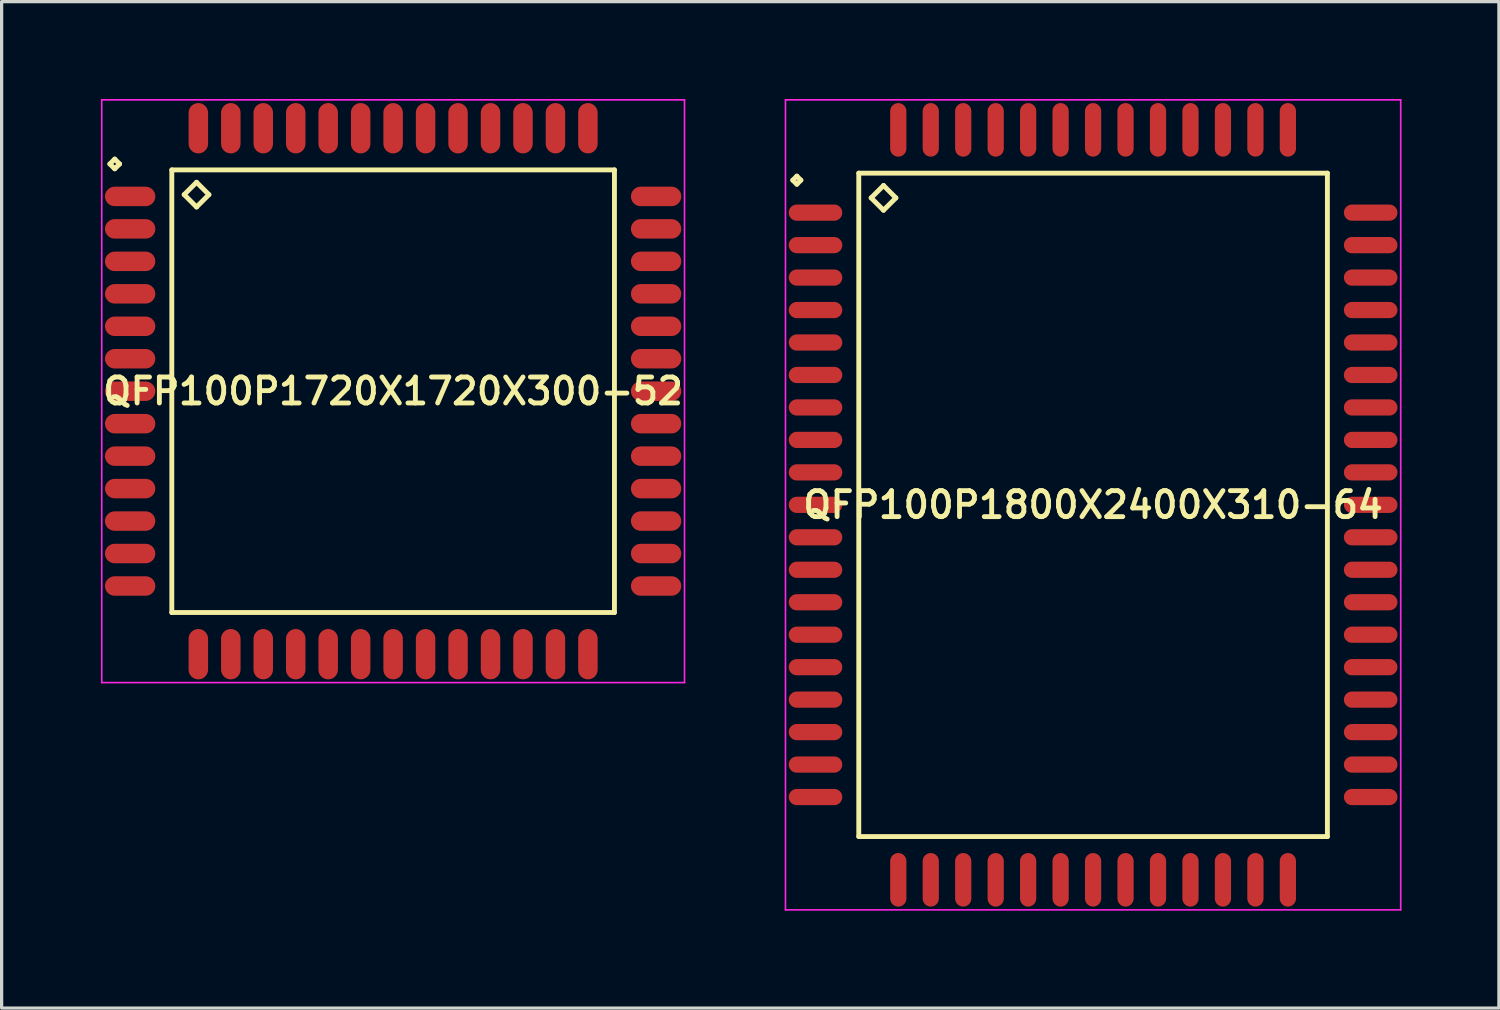
<source format=kicad_pcb>
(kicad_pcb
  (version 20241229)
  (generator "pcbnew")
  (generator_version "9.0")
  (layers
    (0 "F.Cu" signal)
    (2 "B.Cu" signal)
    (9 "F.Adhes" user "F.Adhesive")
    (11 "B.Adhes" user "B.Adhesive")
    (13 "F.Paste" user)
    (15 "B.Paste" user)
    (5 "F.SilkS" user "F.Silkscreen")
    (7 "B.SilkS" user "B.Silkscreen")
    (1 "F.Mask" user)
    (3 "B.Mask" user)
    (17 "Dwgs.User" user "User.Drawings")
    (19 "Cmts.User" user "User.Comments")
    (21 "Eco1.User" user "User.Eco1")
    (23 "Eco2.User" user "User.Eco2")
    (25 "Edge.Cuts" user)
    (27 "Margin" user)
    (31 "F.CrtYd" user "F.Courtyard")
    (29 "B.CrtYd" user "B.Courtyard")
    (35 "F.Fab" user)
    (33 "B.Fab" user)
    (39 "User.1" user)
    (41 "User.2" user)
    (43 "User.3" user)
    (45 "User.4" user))
  (footprint "QFP100P1720X1720X300-52"
    (layer "F.Cu")
    (at 9.059 9)
    (property "Reference" "QFP100P1720X1720X300-52" (at 0 0 0) (layer "F.SilkS") (effects (font (size 0.8 0.8) (thickness 0.15))))
    (attr smd)
    (fp_line (start -8.725 -7) (end -8.575 -7.15) (stroke (width 0.15) (type solid)) (layer "F.SilkS"))
    (fp_line (start -8.575 -7.15) (end -8.425 -7) (stroke (width 0.15) (type solid)) (layer "F.SilkS"))
    (fp_line (start -8.575 -6.85) (end -8.725 -7) (stroke (width 0.15) (type solid)) (layer "F.SilkS"))
    (fp_line (start -8.425 -7) (end -8.575 -6.85) (stroke (width 0.15) (type solid)) (layer "F.SilkS"))
    (fp_line (start -6.817 -6.817) (end -6.817 6.817) (stroke (width 0.15) (type solid)) (layer "F.SilkS"))
    (fp_line (start -6.817 6.817) (end 6.817 6.817) (stroke (width 0.15) (type solid)) (layer "F.SilkS"))
    (fp_line (start -6.436 -6.055) (end -6.055 -6.436) (stroke (width 0.15) (type solid)) (layer "F.SilkS"))
    (fp_line (start -6.055 -6.436) (end -5.674 -6.055) (stroke (width 0.15) (type solid)) (layer "F.SilkS"))
    (fp_line (start -6.055 -5.674) (end -6.436 -6.055) (stroke (width 0.15) (type solid)) (layer "F.SilkS"))
    (fp_line (start -5.674 -6.055) (end -6.055 -5.674) (stroke (width 0.15) (type solid)) (layer "F.SilkS"))
    (fp_line (start 6.817 -6.817) (end -6.817 -6.817) (stroke (width 0.15) (type solid)) (layer "F.SilkS"))
    (fp_line (start 6.817 6.817) (end 6.817 -6.817) (stroke (width 0.15) (type solid)) (layer "F.SilkS"))
    (fp_line (start -8.975 -8.975) (end 8.975 -8.975) (stroke (width 0.05) (type solid)) (layer "F.CrtYd"))
    (fp_line (start -8.975 8.975) (end -8.975 -8.975) (stroke (width 0.05) (type solid)) (layer "F.CrtYd"))
    (fp_line (start 8.975 -8.975) (end 8.975 8.975) (stroke (width 0.05) (type solid)) (layer "F.CrtYd"))
    (fp_line (start 8.975 8.975) (end -8.975 8.975) (stroke (width 0.05) (type solid)) (layer "F.CrtYd"))
    (pad "1" smd oval (at -8.1 -6) (size 1.55 0.6) (layers "F.Cu" "F.Mask" "F.Paste"))
    (pad "2" smd oval (at -8.1 -5) (size 1.55 0.6) (layers "F.Cu" "F.Mask" "F.Paste"))
    (pad "3" smd oval (at -8.1 -4) (size 1.55 0.6) (layers "F.Cu" "F.Mask" "F.Paste"))
    (pad "4" smd oval (at -8.1 -3) (size 1.55 0.6) (layers "F.Cu" "F.Mask" "F.Paste"))
    (pad "5" smd oval (at -8.1 -2) (size 1.55 0.6) (layers "F.Cu" "F.Mask" "F.Paste"))
    (pad "6" smd oval (at -8.1 -1) (size 1.55 0.6) (layers "F.Cu" "F.Mask" "F.Paste"))
    (pad "7" smd oval (at -8.1 0) (size 1.55 0.6) (layers "F.Cu" "F.Mask" "F.Paste"))
    (pad "8" smd oval (at -8.1 1) (size 1.55 0.6) (layers "F.Cu" "F.Mask" "F.Paste"))
    (pad "9" smd oval (at -8.1 2) (size 1.55 0.6) (layers "F.Cu" "F.Mask" "F.Paste"))
    (pad "10" smd oval (at -8.1 3) (size 1.55 0.6) (layers "F.Cu" "F.Mask" "F.Paste"))
    (pad "11" smd oval (at -8.1 4) (size 1.55 0.6) (layers "F.Cu" "F.Mask" "F.Paste"))
    (pad "12" smd oval (at -8.1 5) (size 1.55 0.6) (layers "F.Cu" "F.Mask" "F.Paste"))
    (pad "13" smd oval (at -8.1 6) (size 1.55 0.6) (layers "F.Cu" "F.Mask" "F.Paste"))
    (pad "14" smd oval (at -6 8.1) (size 0.6 1.55) (layers "F.Cu" "F.Mask" "F.Paste"))
    (pad "15" smd oval (at -5 8.1) (size 0.6 1.55) (layers "F.Cu" "F.Mask" "F.Paste"))
    (pad "16" smd oval (at -4 8.1) (size 0.6 1.55) (layers "F.Cu" "F.Mask" "F.Paste"))
    (pad "17" smd oval (at -3 8.1) (size 0.6 1.55) (layers "F.Cu" "F.Mask" "F.Paste"))
    (pad "18" smd oval (at -2 8.1) (size 0.6 1.55) (layers "F.Cu" "F.Mask" "F.Paste"))
    (pad "19" smd oval (at -1 8.1) (size 0.6 1.55) (layers "F.Cu" "F.Mask" "F.Paste"))
    (pad "20" smd oval (at 0 8.1) (size 0.6 1.55) (layers "F.Cu" "F.Mask" "F.Paste"))
    (pad "21" smd oval (at 1 8.1) (size 0.6 1.55) (layers "F.Cu" "F.Mask" "F.Paste"))
    (pad "22" smd oval (at 2 8.1) (size 0.6 1.55) (layers "F.Cu" "F.Mask" "F.Paste"))
    (pad "23" smd oval (at 3 8.1) (size 0.6 1.55) (layers "F.Cu" "F.Mask" "F.Paste"))
    (pad "24" smd oval (at 4 8.1) (size 0.6 1.55) (layers "F.Cu" "F.Mask" "F.Paste"))
    (pad "25" smd oval (at 5 8.1) (size 0.6 1.55) (layers "F.Cu" "F.Mask" "F.Paste"))
    (pad "26" smd oval (at 6 8.1) (size 0.6 1.55) (layers "F.Cu" "F.Mask" "F.Paste"))
    (pad "27" smd oval (at 8.1 6) (size 1.55 0.6) (layers "F.Cu" "F.Mask" "F.Paste"))
    (pad "28" smd oval (at 8.1 5) (size 1.55 0.6) (layers "F.Cu" "F.Mask" "F.Paste"))
    (pad "29" smd oval (at 8.1 4) (size 1.55 0.6) (layers "F.Cu" "F.Mask" "F.Paste"))
    (pad "30" smd oval (at 8.1 3) (size 1.55 0.6) (layers "F.Cu" "F.Mask" "F.Paste"))
    (pad "31" smd oval (at 8.1 2) (size 1.55 0.6) (layers "F.Cu" "F.Mask" "F.Paste"))
    (pad "32" smd oval (at 8.1 1) (size 1.55 0.6) (layers "F.Cu" "F.Mask" "F.Paste"))
    (pad "33" smd oval (at 8.1 0) (size 1.55 0.6) (layers "F.Cu" "F.Mask" "F.Paste"))
    (pad "34" smd oval (at 8.1 -1) (size 1.55 0.6) (layers "F.Cu" "F.Mask" "F.Paste"))
    (pad "35" smd oval (at 8.1 -2) (size 1.55 0.6) (layers "F.Cu" "F.Mask" "F.Paste"))
    (pad "36" smd oval (at 8.1 -3) (size 1.55 0.6) (layers "F.Cu" "F.Mask" "F.Paste"))
    (pad "37" smd oval (at 8.1 -4) (size 1.55 0.6) (layers "F.Cu" "F.Mask" "F.Paste"))
    (pad "38" smd oval (at 8.1 -5) (size 1.55 0.6) (layers "F.Cu" "F.Mask" "F.Paste"))
    (pad "39" smd oval (at 8.1 -6) (size 1.55 0.6) (layers "F.Cu" "F.Mask" "F.Paste"))
    (pad "40" smd oval (at 6 -8.1) (size 0.6 1.55) (layers "F.Cu" "F.Mask" "F.Paste"))
    (pad "41" smd oval (at 5 -8.1) (size 0.6 1.55) (layers "F.Cu" "F.Mask" "F.Paste"))
    (pad "42" smd oval (at 4 -8.1) (size 0.6 1.55) (layers "F.Cu" "F.Mask" "F.Paste"))
    (pad "43" smd oval (at 3 -8.1) (size 0.6 1.55) (layers "F.Cu" "F.Mask" "F.Paste"))
    (pad "44" smd oval (at 2 -8.1) (size 0.6 1.55) (layers "F.Cu" "F.Mask" "F.Paste"))
    (pad "45" smd oval (at 1 -8.1) (size 0.6 1.55) (layers "F.Cu" "F.Mask" "F.Paste"))
    (pad "46" smd oval (at 0 -8.1) (size 0.6 1.55) (layers "F.Cu" "F.Mask" "F.Paste"))
    (pad "47" smd oval (at -1 -8.1) (size 0.6 1.55) (layers "F.Cu" "F.Mask" "F.Paste"))
    (pad "48" smd oval (at -2 -8.1) (size 0.6 1.55) (layers "F.Cu" "F.Mask" "F.Paste"))
    (pad "49" smd oval (at -3 -8.1) (size 0.6 1.55) (layers "F.Cu" "F.Mask" "F.Paste"))
    (pad "50" smd oval (at -4 -8.1) (size 0.6 1.55) (layers "F.Cu" "F.Mask" "F.Paste"))
    (pad "51" smd oval (at -5 -8.1) (size 0.6 1.55) (layers "F.Cu" "F.Mask" "F.Paste"))
    (pad "52" smd oval (at -6 -8.1) (size 0.6 1.55) (layers "F.Cu" "F.Mask" "F.Paste")))
  (footprint "QFP100P1800X2400X310-64"
    (layer "F.Cu")
    (at 30.619 12.5)
    (property "Reference" "QFP100P1800X2400X310-64" (at 0 0 0) (layer "F.SilkS") (effects (font (size 0.8 0.8) (thickness 0.15))))
    (attr smd)
    (fp_line (start -9.25 -10) (end -9.125 -10.125) (stroke (width 0.15) (type solid)) (layer "F.SilkS"))
    (fp_line (start -9.125 -10.125) (end -9 -10) (stroke (width 0.15) (type solid)) (layer "F.SilkS"))
    (fp_line (start -9.125 -9.875) (end -9.25 -10) (stroke (width 0.15) (type solid)) (layer "F.SilkS"))
    (fp_line (start -9 -10) (end -9.125 -9.875) (stroke (width 0.15) (type solid)) (layer "F.SilkS"))
    (fp_line (start -7.217 -10.217) (end -7.217 10.217) (stroke (width 0.15) (type solid)) (layer "F.SilkS"))
    (fp_line (start -7.217 10.217) (end 7.217 10.217) (stroke (width 0.15) (type solid)) (layer "F.SilkS"))
    (fp_line (start -6.836 -9.455) (end -6.455 -9.836) (stroke (width 0.15) (type solid)) (layer "F.SilkS"))
    (fp_line (start -6.455 -9.836) (end -6.074 -9.455) (stroke (width 0.15) (type solid)) (layer "F.SilkS"))
    (fp_line (start -6.455 -9.074) (end -6.836 -9.455) (stroke (width 0.15) (type solid)) (layer "F.SilkS"))
    (fp_line (start -6.074 -9.455) (end -6.455 -9.074) (stroke (width 0.15) (type solid)) (layer "F.SilkS"))
    (fp_line (start 7.217 -10.217) (end -7.217 -10.217) (stroke (width 0.15) (type solid)) (layer "F.SilkS"))
    (fp_line (start 7.217 10.217) (end 7.217 -10.217) (stroke (width 0.15) (type solid)) (layer "F.SilkS"))
    (fp_line (start -9.475 -12.475) (end 9.475 -12.475) (stroke (width 0.05) (type solid)) (layer "F.CrtYd"))
    (fp_line (start -9.475 12.475) (end -9.475 -12.475) (stroke (width 0.05) (type solid)) (layer "F.CrtYd"))
    (fp_line (start 9.475 -12.475) (end 9.475 12.475) (stroke (width 0.05) (type solid)) (layer "F.CrtYd"))
    (fp_line (start 9.475 12.475) (end -9.475 12.475) (stroke (width 0.05) (type solid)) (layer "F.CrtYd"))
    (pad "1" smd oval (at -8.55 -9) (size 1.65 0.5) (layers "F.Cu" "F.Mask" "F.Paste"))
    (pad "2" smd oval (at -8.55 -8) (size 1.65 0.5) (layers "F.Cu" "F.Mask" "F.Paste"))
    (pad "3" smd oval (at -8.55 -7) (size 1.65 0.5) (layers "F.Cu" "F.Mask" "F.Paste"))
    (pad "4" smd oval (at -8.55 -6) (size 1.65 0.5) (layers "F.Cu" "F.Mask" "F.Paste"))
    (pad "5" smd oval (at -8.55 -5) (size 1.65 0.5) (layers "F.Cu" "F.Mask" "F.Paste"))
    (pad "6" smd oval (at -8.55 -4) (size 1.65 0.5) (layers "F.Cu" "F.Mask" "F.Paste"))
    (pad "7" smd oval (at -8.55 -3) (size 1.65 0.5) (layers "F.Cu" "F.Mask" "F.Paste"))
    (pad "8" smd oval (at -8.55 -2) (size 1.65 0.5) (layers "F.Cu" "F.Mask" "F.Paste"))
    (pad "9" smd oval (at -8.55 -1) (size 1.65 0.5) (layers "F.Cu" "F.Mask" "F.Paste"))
    (pad "10" smd oval (at -8.55 0) (size 1.65 0.5) (layers "F.Cu" "F.Mask" "F.Paste"))
    (pad "11" smd oval (at -8.55 1) (size 1.65 0.5) (layers "F.Cu" "F.Mask" "F.Paste"))
    (pad "12" smd oval (at -8.55 2) (size 1.65 0.5) (layers "F.Cu" "F.Mask" "F.Paste"))
    (pad "13" smd oval (at -8.55 3) (size 1.65 0.5) (layers "F.Cu" "F.Mask" "F.Paste"))
    (pad "14" smd oval (at -8.55 4) (size 1.65 0.5) (layers "F.Cu" "F.Mask" "F.Paste"))
    (pad "15" smd oval (at -8.55 5) (size 1.65 0.5) (layers "F.Cu" "F.Mask" "F.Paste"))
    (pad "16" smd oval (at -8.55 6) (size 1.65 0.5) (layers "F.Cu" "F.Mask" "F.Paste"))
    (pad "17" smd oval (at -8.55 7) (size 1.65 0.5) (layers "F.Cu" "F.Mask" "F.Paste"))
    (pad "18" smd oval (at -8.55 8) (size 1.65 0.5) (layers "F.Cu" "F.Mask" "F.Paste"))
    (pad "19" smd oval (at -8.55 9) (size 1.65 0.5) (layers "F.Cu" "F.Mask" "F.Paste"))
    (pad "20" smd oval (at -6 11.55) (size 0.5 1.65) (layers "F.Cu" "F.Mask" "F.Paste"))
    (pad "21" smd oval (at -5 11.55) (size 0.5 1.65) (layers "F.Cu" "F.Mask" "F.Paste"))
    (pad "22" smd oval (at -4 11.55) (size 0.5 1.65) (layers "F.Cu" "F.Mask" "F.Paste"))
    (pad "23" smd oval (at -3 11.55) (size 0.5 1.65) (layers "F.Cu" "F.Mask" "F.Paste"))
    (pad "24" smd oval (at -2 11.55) (size 0.5 1.65) (layers "F.Cu" "F.Mask" "F.Paste"))
    (pad "25" smd oval (at -1 11.55) (size 0.5 1.65) (layers "F.Cu" "F.Mask" "F.Paste"))
    (pad "26" smd oval (at 0 11.55) (size 0.5 1.65) (layers "F.Cu" "F.Mask" "F.Paste"))
    (pad "27" smd oval (at 1 11.55) (size 0.5 1.65) (layers "F.Cu" "F.Mask" "F.Paste"))
    (pad "28" smd oval (at 2 11.55) (size 0.5 1.65) (layers "F.Cu" "F.Mask" "F.Paste"))
    (pad "29" smd oval (at 3 11.55) (size 0.5 1.65) (layers "F.Cu" "F.Mask" "F.Paste"))
    (pad "30" smd oval (at 4 11.55) (size 0.5 1.65) (layers "F.Cu" "F.Mask" "F.Paste"))
    (pad "31" smd oval (at 5 11.55) (size 0.5 1.65) (layers "F.Cu" "F.Mask" "F.Paste"))
    (pad "32" smd oval (at 6 11.55) (size 0.5 1.65) (layers "F.Cu" "F.Mask" "F.Paste"))
    (pad "33" smd oval (at 8.55 9) (size 1.65 0.5) (layers "F.Cu" "F.Mask" "F.Paste"))
    (pad "34" smd oval (at 8.55 8) (size 1.65 0.5) (layers "F.Cu" "F.Mask" "F.Paste"))
    (pad "35" smd oval (at 8.55 7) (size 1.65 0.5) (layers "F.Cu" "F.Mask" "F.Paste"))
    (pad "36" smd oval (at 8.55 6) (size 1.65 0.5) (layers "F.Cu" "F.Mask" "F.Paste"))
    (pad "37" smd oval (at 8.55 5) (size 1.65 0.5) (layers "F.Cu" "F.Mask" "F.Paste"))
    (pad "38" smd oval (at 8.55 4) (size 1.65 0.5) (layers "F.Cu" "F.Mask" "F.Paste"))
    (pad "39" smd oval (at 8.55 3) (size 1.65 0.5) (layers "F.Cu" "F.Mask" "F.Paste"))
    (pad "40" smd oval (at 8.55 2) (size 1.65 0.5) (layers "F.Cu" "F.Mask" "F.Paste"))
    (pad "41" smd oval (at 8.55 1) (size 1.65 0.5) (layers "F.Cu" "F.Mask" "F.Paste"))
    (pad "42" smd oval (at 8.55 0) (size 1.65 0.5) (layers "F.Cu" "F.Mask" "F.Paste"))
    (pad "43" smd oval (at 8.55 -1) (size 1.65 0.5) (layers "F.Cu" "F.Mask" "F.Paste"))
    (pad "44" smd oval (at 8.55 -2) (size 1.65 0.5) (layers "F.Cu" "F.Mask" "F.Paste"))
    (pad "45" smd oval (at 8.55 -3) (size 1.65 0.5) (layers "F.Cu" "F.Mask" "F.Paste"))
    (pad "46" smd oval (at 8.55 -4) (size 1.65 0.5) (layers "F.Cu" "F.Mask" "F.Paste"))
    (pad "47" smd oval (at 8.55 -5) (size 1.65 0.5) (layers "F.Cu" "F.Mask" "F.Paste"))
    (pad "48" smd oval (at 8.55 -6) (size 1.65 0.5) (layers "F.Cu" "F.Mask" "F.Paste"))
    (pad "49" smd oval (at 8.55 -7) (size 1.65 0.5) (layers "F.Cu" "F.Mask" "F.Paste"))
    (pad "50" smd oval (at 8.55 -8) (size 1.65 0.5) (layers "F.Cu" "F.Mask" "F.Paste"))
    (pad "51" smd oval (at 8.55 -9) (size 1.65 0.5) (layers "F.Cu" "F.Mask" "F.Paste"))
    (pad "52" smd oval (at 6 -11.55) (size 0.5 1.65) (layers "F.Cu" "F.Mask" "F.Paste"))
    (pad "53" smd oval (at 5 -11.55) (size 0.5 1.65) (layers "F.Cu" "F.Mask" "F.Paste"))
    (pad "54" smd oval (at 4 -11.55) (size 0.5 1.65) (layers "F.Cu" "F.Mask" "F.Paste"))
    (pad "55" smd oval (at 3 -11.55) (size 0.5 1.65) (layers "F.Cu" "F.Mask" "F.Paste"))
    (pad "56" smd oval (at 2 -11.55) (size 0.5 1.65) (layers "F.Cu" "F.Mask" "F.Paste"))
    (pad "57" smd oval (at 1 -11.55) (size 0.5 1.65) (layers "F.Cu" "F.Mask" "F.Paste"))
    (pad "58" smd oval (at 0 -11.55) (size 0.5 1.65) (layers "F.Cu" "F.Mask" "F.Paste"))
    (pad "59" smd oval (at -1 -11.55) (size 0.5 1.65) (layers "F.Cu" "F.Mask" "F.Paste"))
    (pad "60" smd oval (at -2 -11.55) (size 0.5 1.65) (layers "F.Cu" "F.Mask" "F.Paste"))
    (pad "61" smd oval (at -3 -11.55) (size 0.5 1.65) (layers "F.Cu" "F.Mask" "F.Paste"))
    (pad "62" smd oval (at -4 -11.55) (size 0.5 1.65) (layers "F.Cu" "F.Mask" "F.Paste"))
    (pad "63" smd oval (at -5 -11.55) (size 0.5 1.65) (layers "F.Cu" "F.Mask" "F.Paste"))
    (pad "64" smd oval (at -6 -11.55) (size 0.5 1.65) (layers "F.Cu" "F.Mask" "F.Paste")))
  (gr_rect
    (start -3 -3)
    (end 43.119 28)
    (stroke (width 0.1) (type default))
    (fill no)
    (layer "Edge.Cuts")))
</source>
